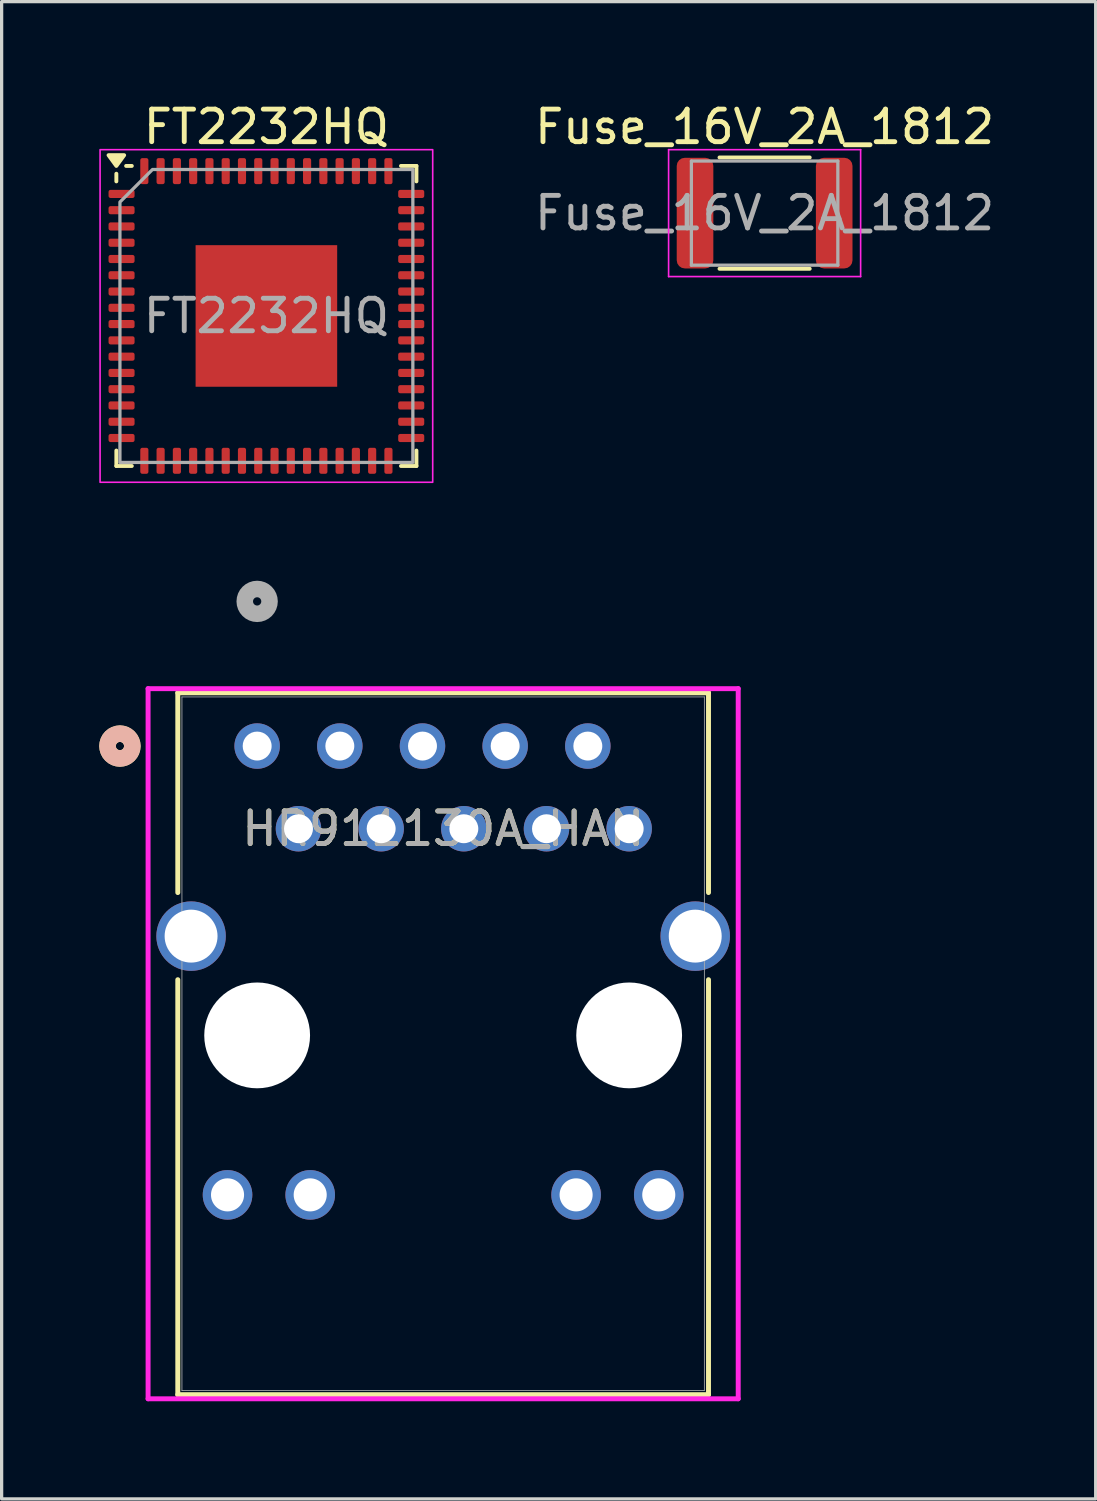
<source format=kicad_pcb>
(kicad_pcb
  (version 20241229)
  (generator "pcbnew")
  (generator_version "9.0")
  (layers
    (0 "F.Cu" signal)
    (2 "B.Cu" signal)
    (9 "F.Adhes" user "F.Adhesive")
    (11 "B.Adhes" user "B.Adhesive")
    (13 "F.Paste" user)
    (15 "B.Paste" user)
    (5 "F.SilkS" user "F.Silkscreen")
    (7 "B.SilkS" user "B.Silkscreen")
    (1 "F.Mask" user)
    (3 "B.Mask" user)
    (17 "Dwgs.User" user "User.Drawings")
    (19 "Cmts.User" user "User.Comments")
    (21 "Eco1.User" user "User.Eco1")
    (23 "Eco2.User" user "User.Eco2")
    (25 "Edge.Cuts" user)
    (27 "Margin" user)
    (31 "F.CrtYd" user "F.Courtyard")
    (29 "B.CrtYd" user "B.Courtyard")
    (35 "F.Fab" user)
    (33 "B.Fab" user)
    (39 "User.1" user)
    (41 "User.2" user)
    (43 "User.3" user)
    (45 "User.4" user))
  (footprint "FT2232HQ"
    (layer "F.Cu")
    (at 5.135 6.658)
    (property "Reference" "FT2232HQ" (at 0 -5.81 0) (layer "F.SilkS") (effects (font (size 1 1) (thickness 0.15))))
    (attr smd)
    (fp_line (start -4.61 -4.135) (end -4.61 -4.37) (stroke (width 0.12) (type solid)) (layer "F.SilkS"))
    (fp_line (start -4.61 4.61) (end -4.61 4.135) (stroke (width 0.12) (type solid)) (layer "F.SilkS"))
    (fp_line (start -4.135 -4.61) (end -4.31 -4.61) (stroke (width 0.12) (type solid)) (layer "F.SilkS"))
    (fp_line (start -4.135 4.61) (end -4.61 4.61) (stroke (width 0.12) (type solid)) (layer "F.SilkS"))
    (fp_line (start 4.135 -4.61) (end 4.61 -4.61) (stroke (width 0.12) (type solid)) (layer "F.SilkS"))
    (fp_line (start 4.135 4.61) (end 4.61 4.61) (stroke (width 0.12) (type solid)) (layer "F.SilkS"))
    (fp_line (start 4.61 -4.61) (end 4.61 -4.135) (stroke (width 0.12) (type solid)) (layer "F.SilkS"))
    (fp_line (start 4.61 4.61) (end 4.61 4.135) (stroke (width 0.12) (type solid)) (layer "F.SilkS"))
    (fp_poly (pts (xy -4.61 -4.61) (xy -4.85 -4.94) (xy -4.37 -4.94)) (stroke (width 0.12) (type solid)) (fill yes) (layer "F.SilkS"))
    (fp_rect (start -5.11 -5.11) (end 5.11 5.11) (stroke (width 0.05) (type solid)) (fill no) (layer "F.CrtYd"))
    (fp_poly (pts (xy -4.5 -3.5) (xy -4.5 4.5) (xy 4.5 4.5) (xy 4.5 -4.5) (xy -3.5 -4.5)) (stroke (width 0.1) (type solid)) (fill no) (layer "F.Fab"))
    (fp_text user "${REFERENCE}" (at 0 0 0) (layer "F.Fab") (effects (font (size 1 1) (thickness 0.15))))
    (pad "" smd roundrect (at -1.45 -1.45) (size 1.17 1.17) (layers "F.Paste") (roundrect_rratio 0.214))
    (pad "" smd roundrect (at -1.45 0) (size 1.17 1.17) (layers "F.Paste") (roundrect_rratio 0.214))
    (pad "" smd roundrect (at -1.45 1.45) (size 1.17 1.17) (layers "F.Paste") (roundrect_rratio 0.214))
    (pad "" smd roundrect (at 0 -1.45) (size 1.17 1.17) (layers "F.Paste") (roundrect_rratio 0.214))
    (pad "" smd roundrect (at 0 0) (size 1.17 1.17) (layers "F.Paste") (roundrect_rratio 0.214))
    (pad "" smd roundrect (at 0 1.45) (size 1.17 1.17) (layers "F.Paste") (roundrect_rratio 0.214))
    (pad "" smd roundrect (at 1.45 -1.45) (size 1.17 1.17) (layers "F.Paste") (roundrect_rratio 0.214))
    (pad "" smd roundrect (at 1.45 0) (size 1.17 1.17) (layers "F.Paste") (roundrect_rratio 0.214))
    (pad "" smd roundrect (at 1.45 1.45) (size 1.17 1.17) (layers "F.Paste") (roundrect_rratio 0.214))
    (pad "1" smd roundrect (at -4.45 -3.75) (size 0.8 0.25) (layers "F.Cu" "F.Mask" "F.Paste") (roundrect_rratio 0.25))
    (pad "2" smd roundrect (at -4.45 -3.25) (size 0.8 0.25) (layers "F.Cu" "F.Mask" "F.Paste") (roundrect_rratio 0.25))
    (pad "3" smd roundrect (at -4.45 -2.75) (size 0.8 0.25) (layers "F.Cu" "F.Mask" "F.Paste") (roundrect_rratio 0.25))
    (pad "4" smd roundrect (at -4.45 -2.25) (size 0.8 0.25) (layers "F.Cu" "F.Mask" "F.Paste") (roundrect_rratio 0.25))
    (pad "5" smd roundrect (at -4.45 -1.75) (size 0.8 0.25) (layers "F.Cu" "F.Mask" "F.Paste") (roundrect_rratio 0.25))
    (pad "6" smd roundrect (at -4.45 -1.25) (size 0.8 0.25) (layers "F.Cu" "F.Mask" "F.Paste") (roundrect_rratio 0.25))
    (pad "7" smd roundrect (at -4.45 -0.75) (size 0.8 0.25) (layers "F.Cu" "F.Mask" "F.Paste") (roundrect_rratio 0.25))
    (pad "8" smd roundrect (at -4.45 -0.25) (size 0.8 0.25) (layers "F.Cu" "F.Mask" "F.Paste") (roundrect_rratio 0.25))
    (pad "9" smd roundrect (at -4.45 0.25) (size 0.8 0.25) (layers "F.Cu" "F.Mask" "F.Paste") (roundrect_rratio 0.25))
    (pad "10" smd roundrect (at -4.45 0.75) (size 0.8 0.25) (layers "F.Cu" "F.Mask" "F.Paste") (roundrect_rratio 0.25))
    (pad "11" smd roundrect (at -4.45 1.25) (size 0.8 0.25) (layers "F.Cu" "F.Mask" "F.Paste") (roundrect_rratio 0.25))
    (pad "12" smd roundrect (at -4.45 1.75) (size 0.8 0.25) (layers "F.Cu" "F.Mask" "F.Paste") (roundrect_rratio 0.25))
    (pad "13" smd roundrect (at -4.45 2.25) (size 0.8 0.25) (layers "F.Cu" "F.Mask" "F.Paste") (roundrect_rratio 0.25))
    (pad "14" smd roundrect (at -4.45 2.75) (size 0.8 0.25) (layers "F.Cu" "F.Mask" "F.Paste") (roundrect_rratio 0.25))
    (pad "15" smd roundrect (at -4.45 3.25) (size 0.8 0.25) (layers "F.Cu" "F.Mask" "F.Paste") (roundrect_rratio 0.25))
    (pad "16" smd roundrect (at -4.45 3.75) (size 0.8 0.25) (layers "F.Cu" "F.Mask" "F.Paste") (roundrect_rratio 0.25))
    (pad "17" smd roundrect (at -3.75 4.45) (size 0.25 0.8) (layers "F.Cu" "F.Mask" "F.Paste") (roundrect_rratio 0.25))
    (pad "18" smd roundrect (at -3.25 4.45) (size 0.25 0.8) (layers "F.Cu" "F.Mask" "F.Paste") (roundrect_rratio 0.25))
    (pad "19" smd roundrect (at -2.75 4.45) (size 0.25 0.8) (layers "F.Cu" "F.Mask" "F.Paste") (roundrect_rratio 0.25))
    (pad "20" smd roundrect (at -2.25 4.45) (size 0.25 0.8) (layers "F.Cu" "F.Mask" "F.Paste") (roundrect_rratio 0.25))
    (pad "21" smd roundrect (at -1.75 4.45) (size 0.25 0.8) (layers "F.Cu" "F.Mask" "F.Paste") (roundrect_rratio 0.25))
    (pad "22" smd roundrect (at -1.25 4.45) (size 0.25 0.8) (layers "F.Cu" "F.Mask" "F.Paste") (roundrect_rratio 0.25))
    (pad "23" smd roundrect (at -0.75 4.45) (size 0.25 0.8) (layers "F.Cu" "F.Mask" "F.Paste") (roundrect_rratio 0.25))
    (pad "24" smd roundrect (at -0.25 4.45) (size 0.25 0.8) (layers "F.Cu" "F.Mask" "F.Paste") (roundrect_rratio 0.25))
    (pad "25" smd roundrect (at 0.25 4.45) (size 0.25 0.8) (layers "F.Cu" "F.Mask" "F.Paste") (roundrect_rratio 0.25))
    (pad "26" smd roundrect (at 0.75 4.45) (size 0.25 0.8) (layers "F.Cu" "F.Mask" "F.Paste") (roundrect_rratio 0.25))
    (pad "27" smd roundrect (at 1.25 4.45) (size 0.25 0.8) (layers "F.Cu" "F.Mask" "F.Paste") (roundrect_rratio 0.25))
    (pad "28" smd roundrect (at 1.75 4.45) (size 0.25 0.8) (layers "F.Cu" "F.Mask" "F.Paste") (roundrect_rratio 0.25))
    (pad "29" smd roundrect (at 2.25 4.45) (size 0.25 0.8) (layers "F.Cu" "F.Mask" "F.Paste") (roundrect_rratio 0.25))
    (pad "30" smd roundrect (at 2.75 4.45) (size 0.25 0.8) (layers "F.Cu" "F.Mask" "F.Paste") (roundrect_rratio 0.25))
    (pad "31" smd roundrect (at 3.25 4.45) (size 0.25 0.8) (layers "F.Cu" "F.Mask" "F.Paste") (roundrect_rratio 0.25))
    (pad "32" smd roundrect (at 3.75 4.45) (size 0.25 0.8) (layers "F.Cu" "F.Mask" "F.Paste") (roundrect_rratio 0.25))
    (pad "33" smd roundrect (at 4.45 3.75) (size 0.8 0.25) (layers "F.Cu" "F.Mask" "F.Paste") (roundrect_rratio 0.25))
    (pad "34" smd roundrect (at 4.45 3.25) (size 0.8 0.25) (layers "F.Cu" "F.Mask" "F.Paste") (roundrect_rratio 0.25))
    (pad "35" smd roundrect (at 4.45 2.75) (size 0.8 0.25) (layers "F.Cu" "F.Mask" "F.Paste") (roundrect_rratio 0.25))
    (pad "36" smd roundrect (at 4.45 2.25) (size 0.8 0.25) (layers "F.Cu" "F.Mask" "F.Paste") (roundrect_rratio 0.25))
    (pad "37" smd roundrect (at 4.45 1.75) (size 0.8 0.25) (layers "F.Cu" "F.Mask" "F.Paste") (roundrect_rratio 0.25))
    (pad "38" smd roundrect (at 4.45 1.25) (size 0.8 0.25) (layers "F.Cu" "F.Mask" "F.Paste") (roundrect_rratio 0.25))
    (pad "39" smd roundrect (at 4.45 0.75) (size 0.8 0.25) (layers "F.Cu" "F.Mask" "F.Paste") (roundrect_rratio 0.25))
    (pad "40" smd roundrect (at 4.45 0.25) (size 0.8 0.25) (layers "F.Cu" "F.Mask" "F.Paste") (roundrect_rratio 0.25))
    (pad "41" smd roundrect (at 4.45 -0.25) (size 0.8 0.25) (layers "F.Cu" "F.Mask" "F.Paste") (roundrect_rratio 0.25))
    (pad "42" smd roundrect (at 4.45 -0.75) (size 0.8 0.25) (layers "F.Cu" "F.Mask" "F.Paste") (roundrect_rratio 0.25))
    (pad "43" smd roundrect (at 4.45 -1.25) (size 0.8 0.25) (layers "F.Cu" "F.Mask" "F.Paste") (roundrect_rratio 0.25))
    (pad "44" smd roundrect (at 4.45 -1.75) (size 0.8 0.25) (layers "F.Cu" "F.Mask" "F.Paste") (roundrect_rratio 0.25))
    (pad "45" smd roundrect (at 4.45 -2.25) (size 0.8 0.25) (layers "F.Cu" "F.Mask" "F.Paste") (roundrect_rratio 0.25))
    (pad "46" smd roundrect (at 4.45 -2.75) (size 0.8 0.25) (layers "F.Cu" "F.Mask" "F.Paste") (roundrect_rratio 0.25))
    (pad "47" smd roundrect (at 4.45 -3.25) (size 0.8 0.25) (layers "F.Cu" "F.Mask" "F.Paste") (roundrect_rratio 0.25))
    (pad "48" smd roundrect (at 4.45 -3.75) (size 0.8 0.25) (layers "F.Cu" "F.Mask" "F.Paste") (roundrect_rratio 0.25))
    (pad "49" smd roundrect (at 3.75 -4.45) (size 0.25 0.8) (layers "F.Cu" "F.Mask" "F.Paste") (roundrect_rratio 0.25))
    (pad "50" smd roundrect (at 3.25 -4.45) (size 0.25 0.8) (layers "F.Cu" "F.Mask" "F.Paste") (roundrect_rratio 0.25))
    (pad "51" smd roundrect (at 2.75 -4.45) (size 0.25 0.8) (layers "F.Cu" "F.Mask" "F.Paste") (roundrect_rratio 0.25))
    (pad "52" smd roundrect (at 2.25 -4.45) (size 0.25 0.8) (layers "F.Cu" "F.Mask" "F.Paste") (roundrect_rratio 0.25))
    (pad "53" smd roundrect (at 1.75 -4.45) (size 0.25 0.8) (layers "F.Cu" "F.Mask" "F.Paste") (roundrect_rratio 0.25))
    (pad "54" smd roundrect (at 1.25 -4.45) (size 0.25 0.8) (layers "F.Cu" "F.Mask" "F.Paste") (roundrect_rratio 0.25))
    (pad "55" smd roundrect (at 0.75 -4.45) (size 0.25 0.8) (layers "F.Cu" "F.Mask" "F.Paste") (roundrect_rratio 0.25))
    (pad "56" smd roundrect (at 0.25 -4.45) (size 0.25 0.8) (layers "F.Cu" "F.Mask" "F.Paste") (roundrect_rratio 0.25))
    (pad "57" smd roundrect (at -0.25 -4.45) (size 0.25 0.8) (layers "F.Cu" "F.Mask" "F.Paste") (roundrect_rratio 0.25))
    (pad "58" smd roundrect (at -0.75 -4.45) (size 0.25 0.8) (layers "F.Cu" "F.Mask" "F.Paste") (roundrect_rratio 0.25))
    (pad "59" smd roundrect (at -1.25 -4.45) (size 0.25 0.8) (layers "F.Cu" "F.Mask" "F.Paste") (roundrect_rratio 0.25))
    (pad "60" smd roundrect (at -1.75 -4.45) (size 0.25 0.8) (layers "F.Cu" "F.Mask" "F.Paste") (roundrect_rratio 0.25))
    (pad "61" smd roundrect (at -2.25 -4.45) (size 0.25 0.8) (layers "F.Cu" "F.Mask" "F.Paste") (roundrect_rratio 0.25))
    (pad "62" smd roundrect (at -2.75 -4.45) (size 0.25 0.8) (layers "F.Cu" "F.Mask" "F.Paste") (roundrect_rratio 0.25))
    (pad "63" smd roundrect (at -3.25 -4.45) (size 0.25 0.8) (layers "F.Cu" "F.Mask" "F.Paste") (roundrect_rratio 0.25))
    (pad "64" smd roundrect (at -3.75 -4.45) (size 0.25 0.8) (layers "F.Cu" "F.Mask" "F.Paste") (roundrect_rratio 0.25))
    (pad "65" smd rect (at 0 0) (size 4.35 4.35) (property pad_prop_heatsink) (layers "F.Cu" "F.Mask")))
  (footprint "HR911130A_HAN"
    (layer "F.Cu")
    (at 4.851 19.873)
    (property "Reference" "HR911130A_HAN" (at 5.715 2.54 0) (unlocked yes) (layer "F.SilkS") (effects (font (size 1 1) (thickness 0.15))))
    (attr through_hole)
    (fp_line (start -2.438 -1.637) (end -2.438 4.501) (stroke (width 0.152) (type solid)) (layer "F.SilkS"))
    (fp_line (start -2.438 7.179) (end -2.438 19.928) (stroke (width 0.152) (type solid)) (layer "F.SilkS"))
    (fp_line (start -2.438 19.928) (end 13.868 19.928) (stroke (width 0.152) (type solid)) (layer "F.SilkS"))
    (fp_line (start 13.868 -1.637) (end -2.438 -1.637) (stroke (width 0.152) (type solid)) (layer "F.SilkS"))
    (fp_line (start 13.868 4.501) (end 13.868 -1.637) (stroke (width 0.152) (type solid)) (layer "F.SilkS"))
    (fp_line (start 13.868 19.928) (end 13.868 7.179) (stroke (width 0.152) (type solid)) (layer "F.SilkS"))
    (fp_circle (center -4.216 0) (end -3.835 0) (stroke (width 0.508) (type solid)) (fill no) (layer "F.SilkS"))
    (fp_circle (center -4.216 0) (end -3.835 0) (stroke (width 0.508) (type solid)) (fill no) (layer "B.SilkS"))
    (fp_line (start -3.351 -1.764) (end -3.351 20.055) (stroke (width 0.152) (type solid)) (layer "F.CrtYd"))
    (fp_line (start -3.351 20.055) (end 14.781 20.055) (stroke (width 0.152) (type solid)) (layer "F.CrtYd"))
    (fp_line (start 14.781 -1.764) (end -3.351 -1.764) (stroke (width 0.152) (type solid)) (layer "F.CrtYd"))
    (fp_line (start 14.781 20.055) (end 14.781 -1.764) (stroke (width 0.152) (type solid)) (layer "F.CrtYd"))
    (fp_line (start -2.311 -1.51) (end -2.311 19.801) (stroke (width 0.025) (type solid)) (layer "F.Fab"))
    (fp_line (start -2.311 19.801) (end 13.741 19.801) (stroke (width 0.025) (type solid)) (layer "F.Fab"))
    (fp_line (start 13.741 -1.51) (end -2.311 -1.51) (stroke (width 0.025) (type solid)) (layer "F.Fab"))
    (fp_line (start 13.741 19.801) (end 13.741 -1.51) (stroke (width 0.025) (type solid)) (layer "F.Fab"))
    (fp_circle (center 0 -4.445) (end 0.381 -4.445) (stroke (width 0.508) (type solid)) (fill no) (layer "F.Fab"))
    (fp_text user "${REFERENCE}" (at 5.715 2.54 0) (unlocked yes) (layer "F.Fab") (effects (font (size 1 1) (thickness 0.15))))
    (pad "" np_thru_hole circle (at 0 8.89) (size 3.251 3.251) (drill 3.251) (layers "*.Cu" "*.Mask"))
    (pad "" np_thru_hole circle (at 11.43 8.89) (size 3.251 3.251) (drill 3.251) (layers "*.Cu" "*.Mask"))
    (pad "1" thru_hole circle (at 0 0) (size 1.397 1.397) (drill 0.889) (layers "*.Cu" "*.Mask"))
    (pad "2" thru_hole circle (at 1.27 2.54) (size 1.397 1.397) (drill 0.889) (layers "*.Cu" "*.Mask"))
    (pad "3" thru_hole circle (at 2.54 0) (size 1.397 1.397) (drill 0.889) (layers "*.Cu" "*.Mask"))
    (pad "4" thru_hole circle (at 3.81 2.54) (size 1.397 1.397) (drill 0.889) (layers "*.Cu" "*.Mask"))
    (pad "5" thru_hole circle (at 5.08 0) (size 1.397 1.397) (drill 0.889) (layers "*.Cu" "*.Mask"))
    (pad "6" thru_hole circle (at 6.35 2.54) (size 1.397 1.397) (drill 0.889) (layers "*.Cu" "*.Mask"))
    (pad "7" thru_hole circle (at 7.62 0) (size 1.397 1.397) (drill 0.889) (layers "*.Cu" "*.Mask"))
    (pad "8" thru_hole circle (at 8.89 2.54) (size 1.397 1.397) (drill 0.889) (layers "*.Cu" "*.Mask"))
    (pad "9" thru_hole circle (at 10.16 0) (size 1.397 1.397) (drill 0.889) (layers "*.Cu" "*.Mask"))
    (pad "10" thru_hole circle (at 11.43 2.54) (size 1.397 1.397) (drill 0.889) (layers "*.Cu" "*.Mask"))
    (pad "11" thru_hole circle (at -0.91 13.79) (size 1.524 1.524) (drill 1.016) (layers "*.Cu" "*.Mask"))
    (pad "12" thru_hole circle (at 1.63 13.79) (size 1.524 1.524) (drill 1.016) (layers "*.Cu" "*.Mask"))
    (pad "13" thru_hole circle (at 9.8 13.79) (size 1.524 1.524) (drill 1.016) (layers "*.Cu" "*.Mask"))
    (pad "14" thru_hole circle (at 12.34 13.79) (size 1.524 1.524) (drill 1.016) (layers "*.Cu" "*.Mask"))
    (pad "15" thru_hole circle (at -2.03 5.84) (size 2.134 2.134) (drill 1.626) (layers "*.Cu" "*.Mask"))
    (pad "16" thru_hole circle (at 13.46 5.84) (size 2.134 2.134) (drill 1.626) (layers "*.Cu" "*.Mask")))
  (footprint "Fuse_16V_2A_1812"
    (layer "F.Cu")
    (at 20.443 3.498)
    (property "Reference" "Fuse_16V_2A_1812" (at 0 -2.65 0) (layer "F.SilkS") (effects (font (size 1 1) (thickness 0.15))))
    (attr smd)
    (fp_line (start -1.386 -1.71) (end 1.386 -1.71) (stroke (width 0.12) (type solid)) (layer "F.SilkS"))
    (fp_line (start -1.386 1.71) (end 1.386 1.71) (stroke (width 0.12) (type solid)) (layer "F.SilkS"))
    (fp_line (start -2.95 -1.95) (end 2.95 -1.95) (stroke (width 0.05) (type solid)) (layer "F.CrtYd"))
    (fp_line (start -2.95 1.95) (end -2.95 -1.95) (stroke (width 0.05) (type solid)) (layer "F.CrtYd"))
    (fp_line (start 2.95 -1.95) (end 2.95 1.95) (stroke (width 0.05) (type solid)) (layer "F.CrtYd"))
    (fp_line (start 2.95 1.95) (end -2.95 1.95) (stroke (width 0.05) (type solid)) (layer "F.CrtYd"))
    (fp_line (start -2.25 -1.6) (end 2.25 -1.6) (stroke (width 0.1) (type solid)) (layer "F.Fab"))
    (fp_line (start -2.25 1.6) (end -2.25 -1.6) (stroke (width 0.1) (type solid)) (layer "F.Fab"))
    (fp_line (start 2.25 -1.6) (end 2.25 1.6) (stroke (width 0.1) (type solid)) (layer "F.Fab"))
    (fp_line (start 2.25 1.6) (end -2.25 1.6) (stroke (width 0.1) (type solid)) (layer "F.Fab"))
    (fp_text user "${REFERENCE}" (at 0 0 0) (layer "F.Fab") (effects (font (size 1 1) (thickness 0.15))))
    (pad "1" smd roundrect (at -2.138 0) (size 1.125 3.4) (layers "F.Cu" "F.Mask" "F.Paste") (roundrect_rratio 0.222))
    (pad "2" smd roundrect (at 2.138 0) (size 1.125 3.4) (layers "F.Cu" "F.Mask" "F.Paste") (roundrect_rratio 0.222)))
  (gr_rect
    (start -3 -3)
    (end 30.615 43.004)
    (stroke (width 0.1) (type default))
    (fill no)
    (layer "Edge.Cuts")))
</source>
